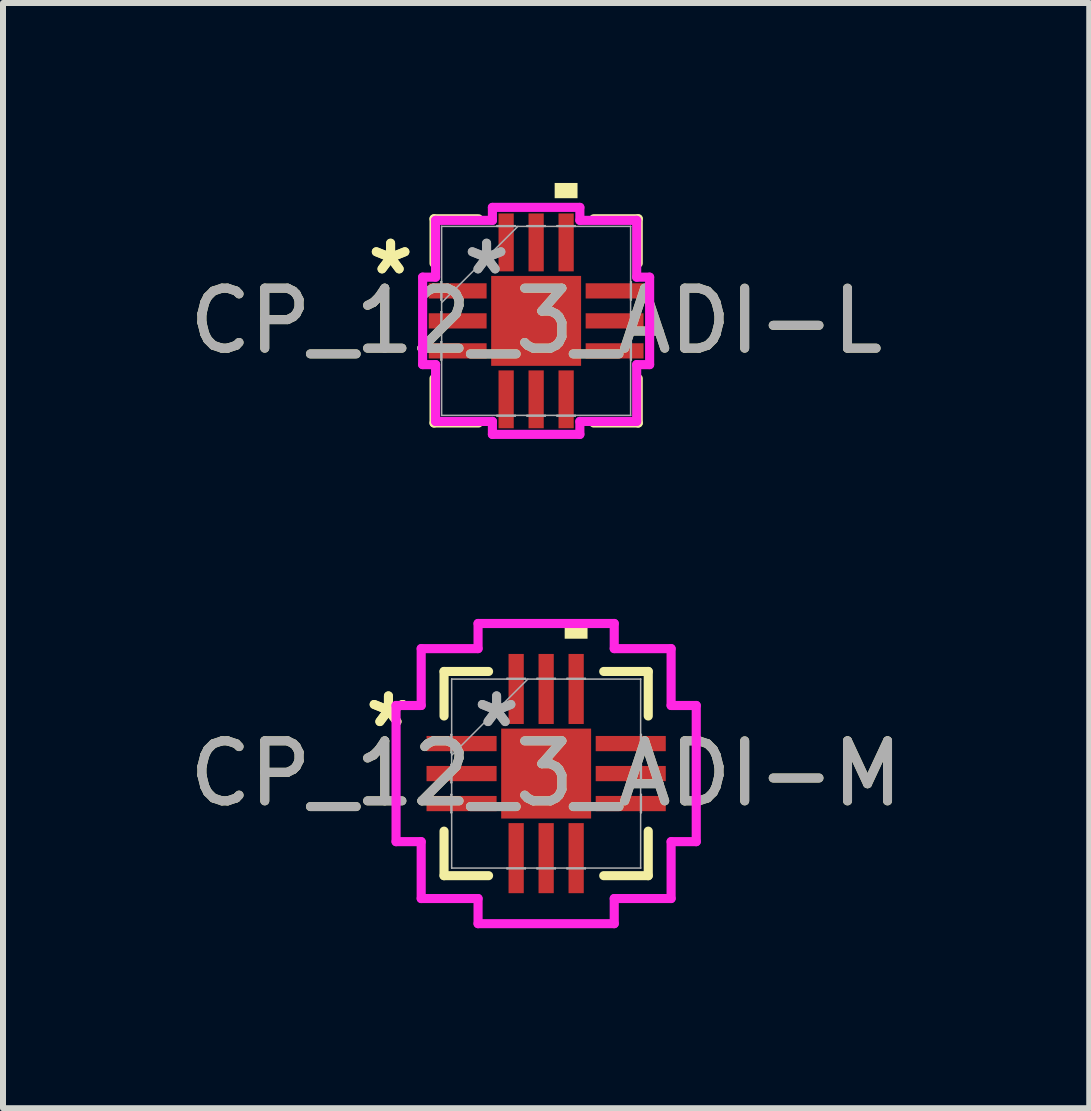
<source format=kicad_pcb>
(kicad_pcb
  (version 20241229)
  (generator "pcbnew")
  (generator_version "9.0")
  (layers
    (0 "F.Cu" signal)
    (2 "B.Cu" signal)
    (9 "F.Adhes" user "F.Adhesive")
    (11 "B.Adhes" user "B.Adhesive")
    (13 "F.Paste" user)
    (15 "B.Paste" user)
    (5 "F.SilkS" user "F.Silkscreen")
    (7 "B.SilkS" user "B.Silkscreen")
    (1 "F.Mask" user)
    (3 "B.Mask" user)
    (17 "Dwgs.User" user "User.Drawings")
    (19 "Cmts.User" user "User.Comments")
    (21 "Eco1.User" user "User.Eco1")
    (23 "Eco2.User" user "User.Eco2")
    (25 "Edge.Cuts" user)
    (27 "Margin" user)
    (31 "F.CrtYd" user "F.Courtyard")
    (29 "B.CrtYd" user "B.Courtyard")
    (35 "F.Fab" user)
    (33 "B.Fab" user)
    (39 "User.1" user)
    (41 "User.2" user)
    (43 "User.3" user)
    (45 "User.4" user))
  (footprint "CP_12_3_ADI-M"
    (layer "F.Cu")
    (at 6.054 9.845)
    (property "Reference" "CP_12_3_ADI-M" (at 0 0 0) (unlocked yes) (layer "F.SilkS") (effects (font (size 1 1) (thickness 0.15))))
    (attr smd)
    (fp_line (start -1.702 -1.702) (end -1.702 -0.96) (stroke (width 0.152) (type solid)) (layer "F.SilkS"))
    (fp_line (start -1.702 0.96) (end -1.702 1.702) (stroke (width 0.152) (type solid)) (layer "F.SilkS"))
    (fp_line (start -1.702 1.702) (end -0.96 1.702) (stroke (width 0.152) (type solid)) (layer "F.SilkS"))
    (fp_line (start -0.96 -1.702) (end -1.702 -1.702) (stroke (width 0.152) (type solid)) (layer "F.SilkS"))
    (fp_line (start 0.96 1.702) (end 1.702 1.702) (stroke (width 0.152) (type solid)) (layer "F.SilkS"))
    (fp_line (start 1.702 -1.702) (end 0.96 -1.702) (stroke (width 0.152) (type solid)) (layer "F.SilkS"))
    (fp_line (start 1.702 -0.96) (end 1.702 -1.702) (stroke (width 0.152) (type solid)) (layer "F.SilkS"))
    (fp_line (start 1.702 1.702) (end 1.702 0.96) (stroke (width 0.152) (type solid)) (layer "F.SilkS"))
    (fp_poly (pts (xy 0.309 -2.248) (xy 0.309 -2.502) (xy 0.69 -2.502) (xy 0.69 -2.248)) (stroke (width 0) (type solid)) (fill yes) (layer "F.SilkS"))
    (fp_line (start -2.502 -1.135) (end -2.083 -1.135) (stroke (width 0.152) (type solid)) (layer "F.CrtYd"))
    (fp_line (start -2.502 1.135) (end -2.502 -1.135) (stroke (width 0.152) (type solid)) (layer "F.CrtYd"))
    (fp_line (start -2.083 -2.083) (end -1.135 -2.083) (stroke (width 0.152) (type solid)) (layer "F.CrtYd"))
    (fp_line (start -2.083 -1.135) (end -2.083 -2.083) (stroke (width 0.152) (type solid)) (layer "F.CrtYd"))
    (fp_line (start -2.083 1.135) (end -2.502 1.135) (stroke (width 0.152) (type solid)) (layer "F.CrtYd"))
    (fp_line (start -2.083 2.083) (end -2.083 1.135) (stroke (width 0.152) (type solid)) (layer "F.CrtYd"))
    (fp_line (start -1.135 -2.502) (end 1.135 -2.502) (stroke (width 0.152) (type solid)) (layer "F.CrtYd"))
    (fp_line (start -1.135 -2.083) (end -1.135 -2.502) (stroke (width 0.152) (type solid)) (layer "F.CrtYd"))
    (fp_line (start -1.135 2.083) (end -2.083 2.083) (stroke (width 0.152) (type solid)) (layer "F.CrtYd"))
    (fp_line (start -1.135 2.502) (end -1.135 2.083) (stroke (width 0.152) (type solid)) (layer "F.CrtYd"))
    (fp_line (start 1.135 -2.502) (end 1.135 -2.083) (stroke (width 0.152) (type solid)) (layer "F.CrtYd"))
    (fp_line (start 1.135 -2.083) (end 2.083 -2.083) (stroke (width 0.152) (type solid)) (layer "F.CrtYd"))
    (fp_line (start 1.135 2.083) (end 1.135 2.502) (stroke (width 0.152) (type solid)) (layer "F.CrtYd"))
    (fp_line (start 1.135 2.502) (end -1.135 2.502) (stroke (width 0.152) (type solid)) (layer "F.CrtYd"))
    (fp_line (start 2.083 -2.083) (end 2.083 -1.135) (stroke (width 0.152) (type solid)) (layer "F.CrtYd"))
    (fp_line (start 2.083 -1.135) (end 2.502 -1.135) (stroke (width 0.152) (type solid)) (layer "F.CrtYd"))
    (fp_line (start 2.083 1.135) (end 2.083 2.083) (stroke (width 0.152) (type solid)) (layer "F.CrtYd"))
    (fp_line (start 2.083 2.083) (end 1.135 2.083) (stroke (width 0.152) (type solid)) (layer "F.CrtYd"))
    (fp_line (start 2.502 -1.135) (end 2.502 1.135) (stroke (width 0.152) (type solid)) (layer "F.CrtYd"))
    (fp_line (start 2.502 1.135) (end 2.083 1.135) (stroke (width 0.152) (type solid)) (layer "F.CrtYd"))
    (fp_line (start -1.587 -0.652) (end -1.587 -0.348) (stroke (width 0.025) (type solid)) (layer "F.Fab"))
    (fp_line (start -1.587 -0.348) (end -1.575 -0.348) (stroke (width 0.025) (type solid)) (layer "F.Fab"))
    (fp_line (start -1.587 -0.152) (end -1.587 0.152) (stroke (width 0.025) (type solid)) (layer "F.Fab"))
    (fp_line (start -1.587 0.152) (end -1.575 0.152) (stroke (width 0.025) (type solid)) (layer "F.Fab"))
    (fp_line (start -1.587 0.348) (end -1.587 0.652) (stroke (width 0.025) (type solid)) (layer "F.Fab"))
    (fp_line (start -1.587 0.652) (end -1.575 0.652) (stroke (width 0.025) (type solid)) (layer "F.Fab"))
    (fp_line (start -1.575 -1.575) (end -1.575 -1.575) (stroke (width 0.025) (type solid)) (layer "F.Fab"))
    (fp_line (start -1.575 -1.575) (end -1.575 1.575) (stroke (width 0.025) (type solid)) (layer "F.Fab"))
    (fp_line (start -1.575 -0.652) (end -1.587 -0.652) (stroke (width 0.025) (type solid)) (layer "F.Fab"))
    (fp_line (start -1.575 -0.348) (end -1.575 -0.652) (stroke (width 0.025) (type solid)) (layer "F.Fab"))
    (fp_line (start -1.575 -0.305) (end -0.305 -1.575) (stroke (width 0.025) (type solid)) (layer "F.Fab"))
    (fp_line (start -1.575 -0.152) (end -1.587 -0.152) (stroke (width 0.025) (type solid)) (layer "F.Fab"))
    (fp_line (start -1.575 0.152) (end -1.575 -0.152) (stroke (width 0.025) (type solid)) (layer "F.Fab"))
    (fp_line (start -1.575 0.348) (end -1.587 0.348) (stroke (width 0.025) (type solid)) (layer "F.Fab"))
    (fp_line (start -1.575 0.652) (end -1.575 0.348) (stroke (width 0.025) (type solid)) (layer "F.Fab"))
    (fp_line (start -1.575 1.575) (end -1.575 1.575) (stroke (width 0.025) (type solid)) (layer "F.Fab"))
    (fp_line (start -1.575 1.575) (end 1.575 1.575) (stroke (width 0.025) (type solid)) (layer "F.Fab"))
    (fp_line (start -0.652 -1.587) (end -0.652 -1.575) (stroke (width 0.025) (type solid)) (layer "F.Fab"))
    (fp_line (start -0.652 -1.575) (end -0.348 -1.575) (stroke (width 0.025) (type solid)) (layer "F.Fab"))
    (fp_line (start -0.652 1.575) (end -0.652 1.587) (stroke (width 0.025) (type solid)) (layer "F.Fab"))
    (fp_line (start -0.652 1.587) (end -0.348 1.587) (stroke (width 0.025) (type solid)) (layer "F.Fab"))
    (fp_line (start -0.348 -1.587) (end -0.652 -1.587) (stroke (width 0.025) (type solid)) (layer "F.Fab"))
    (fp_line (start -0.348 -1.575) (end -0.348 -1.587) (stroke (width 0.025) (type solid)) (layer "F.Fab"))
    (fp_line (start -0.348 1.575) (end -0.652 1.575) (stroke (width 0.025) (type solid)) (layer "F.Fab"))
    (fp_line (start -0.348 1.587) (end -0.348 1.575) (stroke (width 0.025) (type solid)) (layer "F.Fab"))
    (fp_line (start -0.152 -1.587) (end -0.152 -1.575) (stroke (width 0.025) (type solid)) (layer "F.Fab"))
    (fp_line (start -0.152 -1.575) (end 0.152 -1.575) (stroke (width 0.025) (type solid)) (layer "F.Fab"))
    (fp_line (start -0.152 1.575) (end -0.152 1.587) (stroke (width 0.025) (type solid)) (layer "F.Fab"))
    (fp_line (start -0.152 1.587) (end 0.152 1.587) (stroke (width 0.025) (type solid)) (layer "F.Fab"))
    (fp_line (start 0.152 -1.587) (end -0.152 -1.587) (stroke (width 0.025) (type solid)) (layer "F.Fab"))
    (fp_line (start 0.152 -1.575) (end 0.152 -1.587) (stroke (width 0.025) (type solid)) (layer "F.Fab"))
    (fp_line (start 0.152 1.575) (end -0.152 1.575) (stroke (width 0.025) (type solid)) (layer "F.Fab"))
    (fp_line (start 0.152 1.587) (end 0.152 1.575) (stroke (width 0.025) (type solid)) (layer "F.Fab"))
    (fp_line (start 0.348 -1.587) (end 0.348 -1.575) (stroke (width 0.025) (type solid)) (layer "F.Fab"))
    (fp_line (start 0.348 -1.575) (end 0.652 -1.575) (stroke (width 0.025) (type solid)) (layer "F.Fab"))
    (fp_line (start 0.348 1.575) (end 0.348 1.587) (stroke (width 0.025) (type solid)) (layer "F.Fab"))
    (fp_line (start 0.348 1.587) (end 0.652 1.587) (stroke (width 0.025) (type solid)) (layer "F.Fab"))
    (fp_line (start 0.652 -1.587) (end 0.348 -1.587) (stroke (width 0.025) (type solid)) (layer "F.Fab"))
    (fp_line (start 0.652 -1.575) (end 0.652 -1.587) (stroke (width 0.025) (type solid)) (layer "F.Fab"))
    (fp_line (start 0.652 1.575) (end 0.348 1.575) (stroke (width 0.025) (type solid)) (layer "F.Fab"))
    (fp_line (start 0.652 1.587) (end 0.652 1.575) (stroke (width 0.025) (type solid)) (layer "F.Fab"))
    (fp_line (start 1.575 -1.575) (end -1.575 -1.575) (stroke (width 0.025) (type solid)) (layer "F.Fab"))
    (fp_line (start 1.575 -1.575) (end 1.575 -1.575) (stroke (width 0.025) (type solid)) (layer "F.Fab"))
    (fp_line (start 1.575 -0.652) (end 1.575 -0.348) (stroke (width 0.025) (type solid)) (layer "F.Fab"))
    (fp_line (start 1.575 -0.348) (end 1.587 -0.348) (stroke (width 0.025) (type solid)) (layer "F.Fab"))
    (fp_line (start 1.575 -0.152) (end 1.575 0.152) (stroke (width 0.025) (type solid)) (layer "F.Fab"))
    (fp_line (start 1.575 0.152) (end 1.587 0.152) (stroke (width 0.025) (type solid)) (layer "F.Fab"))
    (fp_line (start 1.575 0.348) (end 1.575 0.652) (stroke (width 0.025) (type solid)) (layer "F.Fab"))
    (fp_line (start 1.575 0.652) (end 1.587 0.652) (stroke (width 0.025) (type solid)) (layer "F.Fab"))
    (fp_line (start 1.575 1.575) (end 1.575 -1.575) (stroke (width 0.025) (type solid)) (layer "F.Fab"))
    (fp_line (start 1.575 1.575) (end 1.575 1.575) (stroke (width 0.025) (type solid)) (layer "F.Fab"))
    (fp_line (start 1.587 -0.652) (end 1.575 -0.652) (stroke (width 0.025) (type solid)) (layer "F.Fab"))
    (fp_line (start 1.587 -0.348) (end 1.587 -0.652) (stroke (width 0.025) (type solid)) (layer "F.Fab"))
    (fp_line (start 1.587 -0.152) (end 1.575 -0.152) (stroke (width 0.025) (type solid)) (layer "F.Fab"))
    (fp_line (start 1.587 0.152) (end 1.587 -0.152) (stroke (width 0.025) (type solid)) (layer "F.Fab"))
    (fp_line (start 1.587 0.348) (end 1.575 0.348) (stroke (width 0.025) (type solid)) (layer "F.Fab"))
    (fp_line (start 1.587 0.652) (end 1.587 0.348) (stroke (width 0.025) (type solid)) (layer "F.Fab"))
    (fp_text user "*" (at -2.629 -0.75 0) (layer "F.SilkS") (effects (font (size 1 1) (thickness 0.15))))
    (fp_text user "*" (at -2.629 -0.75 0) (unlocked yes) (layer "F.SilkS") (effects (font (size 1 1) (thickness 0.15))))
    (fp_text user "${REFERENCE}" (at 0 0 0) (unlocked yes) (layer "F.Fab") (effects (font (size 1 1) (thickness 0.15))))
    (fp_text user "*" (at -0.826 -0.75 0) (unlocked yes) (layer "F.Fab") (effects (font (size 1 1) (thickness 0.15))))
    (fp_text user "*" (at -0.826 -0.75 0) (layer "F.Fab") (effects (font (size 1 1) (thickness 0.15))))
    (pad "1" smd rect (at -1.41 -0.5 90) (size 0.254 1.168) (layers "F.Cu" "F.Mask" "F.Paste"))
    (pad "2" smd rect (at -1.41 0 90) (size 0.254 1.168) (layers "F.Cu" "F.Mask" "F.Paste"))
    (pad "3" smd rect (at -1.41 0.5 90) (size 0.254 1.168) (layers "F.Cu" "F.Mask" "F.Paste"))
    (pad "4" smd rect (at -0.5 1.41) (size 0.254 1.168) (layers "F.Cu" "F.Mask" "F.Paste"))
    (pad "5" smd rect (at 0 1.41) (size 0.254 1.168) (layers "F.Cu" "F.Mask" "F.Paste"))
    (pad "6" smd rect (at 0.5 1.41) (size 0.254 1.168) (layers "F.Cu" "F.Mask" "F.Paste"))
    (pad "7" smd rect (at 1.41 0.5 90) (size 0.254 1.168) (layers "F.Cu" "F.Mask" "F.Paste"))
    (pad "8" smd rect (at 1.41 0 90) (size 0.254 1.168) (layers "F.Cu" "F.Mask" "F.Paste"))
    (pad "9" smd rect (at 1.41 -0.5 90) (size 0.254 1.168) (layers "F.Cu" "F.Mask" "F.Paste"))
    (pad "10" smd rect (at 0.5 -1.41) (size 0.254 1.168) (layers "F.Cu" "F.Mask" "F.Paste"))
    (pad "11" smd rect (at 0 -1.41) (size 0.254 1.168) (layers "F.Cu" "F.Mask" "F.Paste"))
    (pad "12" smd rect (at -0.5 -1.41) (size 0.254 1.168) (layers "F.Cu" "F.Mask" "F.Paste"))
    (pad "13" smd rect (at 0 0) (size 1.499 1.499) (layers "F.Cu" "F.Mask" "F.Paste")))
  (footprint "CP_12_3_ADI-L"
    (layer "F.Cu")
    (at 5.887 2.299)
    (property "Reference" "CP_12_3_ADI-L" (at 0 0 0) (unlocked yes) (layer "F.SilkS") (effects (font (size 1 1) (thickness 0.15))))
    (attr smd)
    (fp_line (start -1.702 -1.702) (end -1.702 -0.96) (stroke (width 0.152) (type solid)) (layer "F.SilkS"))
    (fp_line (start -1.702 0.96) (end -1.702 1.702) (stroke (width 0.152) (type solid)) (layer "F.SilkS"))
    (fp_line (start -1.702 1.702) (end -0.96 1.702) (stroke (width 0.152) (type solid)) (layer "F.SilkS"))
    (fp_line (start -0.96 -1.702) (end -1.702 -1.702) (stroke (width 0.152) (type solid)) (layer "F.SilkS"))
    (fp_line (start 0.96 1.702) (end 1.702 1.702) (stroke (width 0.152) (type solid)) (layer "F.SilkS"))
    (fp_line (start 1.702 -1.702) (end 0.96 -1.702) (stroke (width 0.152) (type solid)) (layer "F.SilkS"))
    (fp_line (start 1.702 -0.96) (end 1.702 -1.702) (stroke (width 0.152) (type solid)) (layer "F.SilkS"))
    (fp_line (start 1.702 1.702) (end 1.702 0.96) (stroke (width 0.152) (type solid)) (layer "F.SilkS"))
    (fp_poly (pts (xy 0.309 -2.045) (xy 0.309 -2.299) (xy 0.69 -2.299) (xy 0.69 -2.045)) (stroke (width 0) (type solid)) (fill yes) (layer "F.SilkS"))
    (fp_line (start -1.892 -0.729) (end -1.676 -0.729) (stroke (width 0.152) (type solid)) (layer "F.CrtYd"))
    (fp_line (start -1.892 0.729) (end -1.892 -0.729) (stroke (width 0.152) (type solid)) (layer "F.CrtYd"))
    (fp_line (start -1.676 -1.676) (end -0.729 -1.676) (stroke (width 0.152) (type solid)) (layer "F.CrtYd"))
    (fp_line (start -1.676 -0.729) (end -1.676 -1.676) (stroke (width 0.152) (type solid)) (layer "F.CrtYd"))
    (fp_line (start -1.676 0.729) (end -1.892 0.729) (stroke (width 0.152) (type solid)) (layer "F.CrtYd"))
    (fp_line (start -1.676 1.676) (end -1.676 0.729) (stroke (width 0.152) (type solid)) (layer "F.CrtYd"))
    (fp_line (start -0.729 -1.892) (end 0.729 -1.892) (stroke (width 0.152) (type solid)) (layer "F.CrtYd"))
    (fp_line (start -0.729 -1.676) (end -0.729 -1.892) (stroke (width 0.152) (type solid)) (layer "F.CrtYd"))
    (fp_line (start -0.729 1.676) (end -1.676 1.676) (stroke (width 0.152) (type solid)) (layer "F.CrtYd"))
    (fp_line (start -0.729 1.892) (end -0.729 1.676) (stroke (width 0.152) (type solid)) (layer "F.CrtYd"))
    (fp_line (start 0.729 -1.892) (end 0.729 -1.676) (stroke (width 0.152) (type solid)) (layer "F.CrtYd"))
    (fp_line (start 0.729 -1.676) (end 1.676 -1.676) (stroke (width 0.152) (type solid)) (layer "F.CrtYd"))
    (fp_line (start 0.729 1.676) (end 0.729 1.892) (stroke (width 0.152) (type solid)) (layer "F.CrtYd"))
    (fp_line (start 0.729 1.892) (end -0.729 1.892) (stroke (width 0.152) (type solid)) (layer "F.CrtYd"))
    (fp_line (start 1.676 -1.676) (end 1.676 -0.729) (stroke (width 0.152) (type solid)) (layer "F.CrtYd"))
    (fp_line (start 1.676 -0.729) (end 1.892 -0.729) (stroke (width 0.152) (type solid)) (layer "F.CrtYd"))
    (fp_line (start 1.676 0.729) (end 1.676 1.676) (stroke (width 0.152) (type solid)) (layer "F.CrtYd"))
    (fp_line (start 1.676 1.676) (end 0.729 1.676) (stroke (width 0.152) (type solid)) (layer "F.CrtYd"))
    (fp_line (start 1.892 -0.729) (end 1.892 0.729) (stroke (width 0.152) (type solid)) (layer "F.CrtYd"))
    (fp_line (start 1.892 0.729) (end 1.676 0.729) (stroke (width 0.152) (type solid)) (layer "F.CrtYd"))
    (fp_line (start -1.587 -0.652) (end -1.587 -0.348) (stroke (width 0.025) (type solid)) (layer "F.Fab"))
    (fp_line (start -1.587 -0.348) (end -1.575 -0.348) (stroke (width 0.025) (type solid)) (layer "F.Fab"))
    (fp_line (start -1.587 -0.152) (end -1.587 0.152) (stroke (width 0.025) (type solid)) (layer "F.Fab"))
    (fp_line (start -1.587 0.152) (end -1.575 0.152) (stroke (width 0.025) (type solid)) (layer "F.Fab"))
    (fp_line (start -1.587 0.348) (end -1.587 0.652) (stroke (width 0.025) (type solid)) (layer "F.Fab"))
    (fp_line (start -1.587 0.652) (end -1.575 0.652) (stroke (width 0.025) (type solid)) (layer "F.Fab"))
    (fp_line (start -1.575 -1.575) (end -1.575 -1.575) (stroke (width 0.025) (type solid)) (layer "F.Fab"))
    (fp_line (start -1.575 -1.575) (end -1.575 1.575) (stroke (width 0.025) (type solid)) (layer "F.Fab"))
    (fp_line (start -1.575 -0.652) (end -1.587 -0.652) (stroke (width 0.025) (type solid)) (layer "F.Fab"))
    (fp_line (start -1.575 -0.348) (end -1.575 -0.652) (stroke (width 0.025) (type solid)) (layer "F.Fab"))
    (fp_line (start -1.575 -0.305) (end -0.305 -1.575) (stroke (width 0.025) (type solid)) (layer "F.Fab"))
    (fp_line (start -1.575 -0.152) (end -1.587 -0.152) (stroke (width 0.025) (type solid)) (layer "F.Fab"))
    (fp_line (start -1.575 0.152) (end -1.575 -0.152) (stroke (width 0.025) (type solid)) (layer "F.Fab"))
    (fp_line (start -1.575 0.348) (end -1.587 0.348) (stroke (width 0.025) (type solid)) (layer "F.Fab"))
    (fp_line (start -1.575 0.652) (end -1.575 0.348) (stroke (width 0.025) (type solid)) (layer "F.Fab"))
    (fp_line (start -1.575 1.575) (end -1.575 1.575) (stroke (width 0.025) (type solid)) (layer "F.Fab"))
    (fp_line (start -1.575 1.575) (end 1.575 1.575) (stroke (width 0.025) (type solid)) (layer "F.Fab"))
    (fp_line (start -0.652 -1.587) (end -0.652 -1.575) (stroke (width 0.025) (type solid)) (layer "F.Fab"))
    (fp_line (start -0.652 -1.575) (end -0.348 -1.575) (stroke (width 0.025) (type solid)) (layer "F.Fab"))
    (fp_line (start -0.652 1.575) (end -0.652 1.587) (stroke (width 0.025) (type solid)) (layer "F.Fab"))
    (fp_line (start -0.652 1.587) (end -0.348 1.587) (stroke (width 0.025) (type solid)) (layer "F.Fab"))
    (fp_line (start -0.348 -1.587) (end -0.652 -1.587) (stroke (width 0.025) (type solid)) (layer "F.Fab"))
    (fp_line (start -0.348 -1.575) (end -0.348 -1.587) (stroke (width 0.025) (type solid)) (layer "F.Fab"))
    (fp_line (start -0.348 1.575) (end -0.652 1.575) (stroke (width 0.025) (type solid)) (layer "F.Fab"))
    (fp_line (start -0.348 1.587) (end -0.348 1.575) (stroke (width 0.025) (type solid)) (layer "F.Fab"))
    (fp_line (start -0.152 -1.587) (end -0.152 -1.575) (stroke (width 0.025) (type solid)) (layer "F.Fab"))
    (fp_line (start -0.152 -1.575) (end 0.152 -1.575) (stroke (width 0.025) (type solid)) (layer "F.Fab"))
    (fp_line (start -0.152 1.575) (end -0.152 1.587) (stroke (width 0.025) (type solid)) (layer "F.Fab"))
    (fp_line (start -0.152 1.587) (end 0.152 1.587) (stroke (width 0.025) (type solid)) (layer "F.Fab"))
    (fp_line (start 0.152 -1.587) (end -0.152 -1.587) (stroke (width 0.025) (type solid)) (layer "F.Fab"))
    (fp_line (start 0.152 -1.575) (end 0.152 -1.587) (stroke (width 0.025) (type solid)) (layer "F.Fab"))
    (fp_line (start 0.152 1.575) (end -0.152 1.575) (stroke (width 0.025) (type solid)) (layer "F.Fab"))
    (fp_line (start 0.152 1.587) (end 0.152 1.575) (stroke (width 0.025) (type solid)) (layer "F.Fab"))
    (fp_line (start 0.348 -1.587) (end 0.348 -1.575) (stroke (width 0.025) (type solid)) (layer "F.Fab"))
    (fp_line (start 0.348 -1.575) (end 0.652 -1.575) (stroke (width 0.025) (type solid)) (layer "F.Fab"))
    (fp_line (start 0.348 1.575) (end 0.348 1.587) (stroke (width 0.025) (type solid)) (layer "F.Fab"))
    (fp_line (start 0.348 1.587) (end 0.652 1.587) (stroke (width 0.025) (type solid)) (layer "F.Fab"))
    (fp_line (start 0.652 -1.587) (end 0.348 -1.587) (stroke (width 0.025) (type solid)) (layer "F.Fab"))
    (fp_line (start 0.652 -1.575) (end 0.652 -1.587) (stroke (width 0.025) (type solid)) (layer "F.Fab"))
    (fp_line (start 0.652 1.575) (end 0.348 1.575) (stroke (width 0.025) (type solid)) (layer "F.Fab"))
    (fp_line (start 0.652 1.587) (end 0.652 1.575) (stroke (width 0.025) (type solid)) (layer "F.Fab"))
    (fp_line (start 1.575 -1.575) (end -1.575 -1.575) (stroke (width 0.025) (type solid)) (layer "F.Fab"))
    (fp_line (start 1.575 -1.575) (end 1.575 -1.575) (stroke (width 0.025) (type solid)) (layer "F.Fab"))
    (fp_line (start 1.575 -0.652) (end 1.575 -0.348) (stroke (width 0.025) (type solid)) (layer "F.Fab"))
    (fp_line (start 1.575 -0.348) (end 1.587 -0.348) (stroke (width 0.025) (type solid)) (layer "F.Fab"))
    (fp_line (start 1.575 -0.152) (end 1.575 0.152) (stroke (width 0.025) (type solid)) (layer "F.Fab"))
    (fp_line (start 1.575 0.152) (end 1.587 0.152) (stroke (width 0.025) (type solid)) (layer "F.Fab"))
    (fp_line (start 1.575 0.348) (end 1.575 0.652) (stroke (width 0.025) (type solid)) (layer "F.Fab"))
    (fp_line (start 1.575 0.652) (end 1.587 0.652) (stroke (width 0.025) (type solid)) (layer "F.Fab"))
    (fp_line (start 1.575 1.575) (end 1.575 -1.575) (stroke (width 0.025) (type solid)) (layer "F.Fab"))
    (fp_line (start 1.575 1.575) (end 1.575 1.575) (stroke (width 0.025) (type solid)) (layer "F.Fab"))
    (fp_line (start 1.587 -0.652) (end 1.575 -0.652) (stroke (width 0.025) (type solid)) (layer "F.Fab"))
    (fp_line (start 1.587 -0.348) (end 1.587 -0.652) (stroke (width 0.025) (type solid)) (layer "F.Fab"))
    (fp_line (start 1.587 -0.152) (end 1.575 -0.152) (stroke (width 0.025) (type solid)) (layer "F.Fab"))
    (fp_line (start 1.587 0.152) (end 1.587 -0.152) (stroke (width 0.025) (type solid)) (layer "F.Fab"))
    (fp_line (start 1.587 0.348) (end 1.575 0.348) (stroke (width 0.025) (type solid)) (layer "F.Fab"))
    (fp_line (start 1.587 0.652) (end 1.587 0.348) (stroke (width 0.025) (type solid)) (layer "F.Fab"))
    (fp_text user "*" (at -2.426 -0.75 0) (layer "F.SilkS") (effects (font (size 1 1) (thickness 0.15))))
    (fp_text user "*" (at -2.426 -0.75 0) (unlocked yes) (layer "F.SilkS") (effects (font (size 1 1) (thickness 0.15))))
    (fp_text user "*" (at -0.826 -0.75 0) (unlocked yes) (layer "F.Fab") (effects (font (size 1 1) (thickness 0.15))))
    (fp_text user "${REFERENCE}" (at 0 0 0) (unlocked yes) (layer "F.Fab") (effects (font (size 1 1) (thickness 0.15))))
    (fp_text user "*" (at -0.826 -0.75 0) (layer "F.Fab") (effects (font (size 1 1) (thickness 0.15))))
    (pad "1" smd rect (at -1.308 -0.5 90) (size 0.254 0.965) (layers "F.Cu" "F.Mask" "F.Paste"))
    (pad "2" smd rect (at -1.308 0 90) (size 0.254 0.965) (layers "F.Cu" "F.Mask" "F.Paste"))
    (pad "3" smd rect (at -1.308 0.5 90) (size 0.254 0.965) (layers "F.Cu" "F.Mask" "F.Paste"))
    (pad "4" smd rect (at -0.5 1.308) (size 0.254 0.965) (layers "F.Cu" "F.Mask" "F.Paste"))
    (pad "5" smd rect (at 0 1.308) (size 0.254 0.965) (layers "F.Cu" "F.Mask" "F.Paste"))
    (pad "6" smd rect (at 0.5 1.308) (size 0.254 0.965) (layers "F.Cu" "F.Mask" "F.Paste"))
    (pad "7" smd rect (at 1.308 0.5 90) (size 0.254 0.965) (layers "F.Cu" "F.Mask" "F.Paste"))
    (pad "8" smd rect (at 1.308 0 90) (size 0.254 0.965) (layers "F.Cu" "F.Mask" "F.Paste"))
    (pad "9" smd rect (at 1.308 -0.5 90) (size 0.254 0.965) (layers "F.Cu" "F.Mask" "F.Paste"))
    (pad "10" smd rect (at 0.5 -1.308) (size 0.254 0.965) (layers "F.Cu" "F.Mask" "F.Paste"))
    (pad "11" smd rect (at 0 -1.308) (size 0.254 0.965) (layers "F.Cu" "F.Mask" "F.Paste"))
    (pad "12" smd rect (at -0.5 -1.308) (size 0.254 0.965) (layers "F.Cu" "F.Mask" "F.Paste"))
    (pad "13" smd rect (at 0 0) (size 1.499 1.499) (layers "F.Cu" "F.Mask" "F.Paste")))
  (gr_rect
    (start -3 -3)
    (end 15.107 15.423)
    (stroke (width 0.1) (type default))
    (fill no)
    (layer "Edge.Cuts")))
</source>
